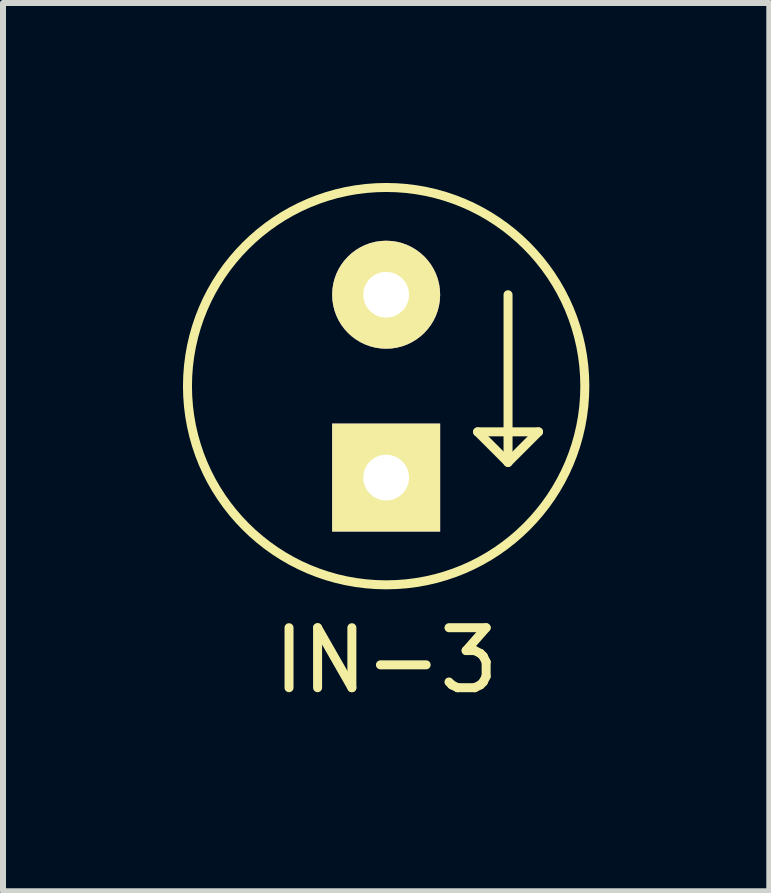
<source format=kicad_pcb>
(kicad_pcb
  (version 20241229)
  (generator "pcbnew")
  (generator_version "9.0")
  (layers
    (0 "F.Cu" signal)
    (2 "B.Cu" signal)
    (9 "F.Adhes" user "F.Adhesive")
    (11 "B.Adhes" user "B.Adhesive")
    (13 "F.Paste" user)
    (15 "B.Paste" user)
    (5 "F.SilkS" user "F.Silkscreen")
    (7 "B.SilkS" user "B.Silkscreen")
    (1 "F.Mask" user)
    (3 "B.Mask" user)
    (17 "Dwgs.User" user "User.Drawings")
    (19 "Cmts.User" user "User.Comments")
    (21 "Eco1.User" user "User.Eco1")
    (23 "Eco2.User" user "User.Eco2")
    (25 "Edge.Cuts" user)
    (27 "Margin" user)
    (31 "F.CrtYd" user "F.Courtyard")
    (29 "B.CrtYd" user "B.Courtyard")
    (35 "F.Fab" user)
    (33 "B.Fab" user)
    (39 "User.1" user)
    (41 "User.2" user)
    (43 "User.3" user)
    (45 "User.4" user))
  (footprint "IN-3"
    (layer "F.Cu")
    (at 3.387 3.387)
    (property "Reference" "IN-3" (at 0 4.572 0) (layer "F.SilkS") (effects (font (size 1 1) (thickness 0.15))))
    (attr through_hole)
    (fp_line (start 1.524 0.762) (end 2.54 0.762) (stroke (width 0.15) (type solid)) (layer "F.SilkS"))
    (fp_line (start 2.032 -1.524) (end 2.032 1.27) (stroke (width 0.15) (type solid)) (layer "F.SilkS"))
    (fp_line (start 2.032 1.27) (end 1.524 0.762) (stroke (width 0.15) (type solid)) (layer "F.SilkS"))
    (fp_line (start 2.54 0.762) (end 2.032 1.27) (stroke (width 0.15) (type solid)) (layer "F.SilkS"))
    (fp_circle (center 0 0) (end -3.302 0.254) (stroke (width 0.15) (type solid)) (fill no) (layer "F.SilkS"))
    (pad "1" thru_hole rect (at 0 1.524) (size 1.8 1.8) (drill 0.762) (layers "*.Cu" "*.Mask" "F.SilkS"))
    (pad "2" thru_hole circle (at 0 -1.524) (size 1.8 1.8) (drill 0.762) (layers "*.Cu" "*.Mask" "F.SilkS")))
  (gr_rect
    (start -3 -3)
    (end 9.774 11.807)
    (stroke (width 0.1) (type default))
    (fill no)
    (layer "Edge.Cuts")))
</source>
